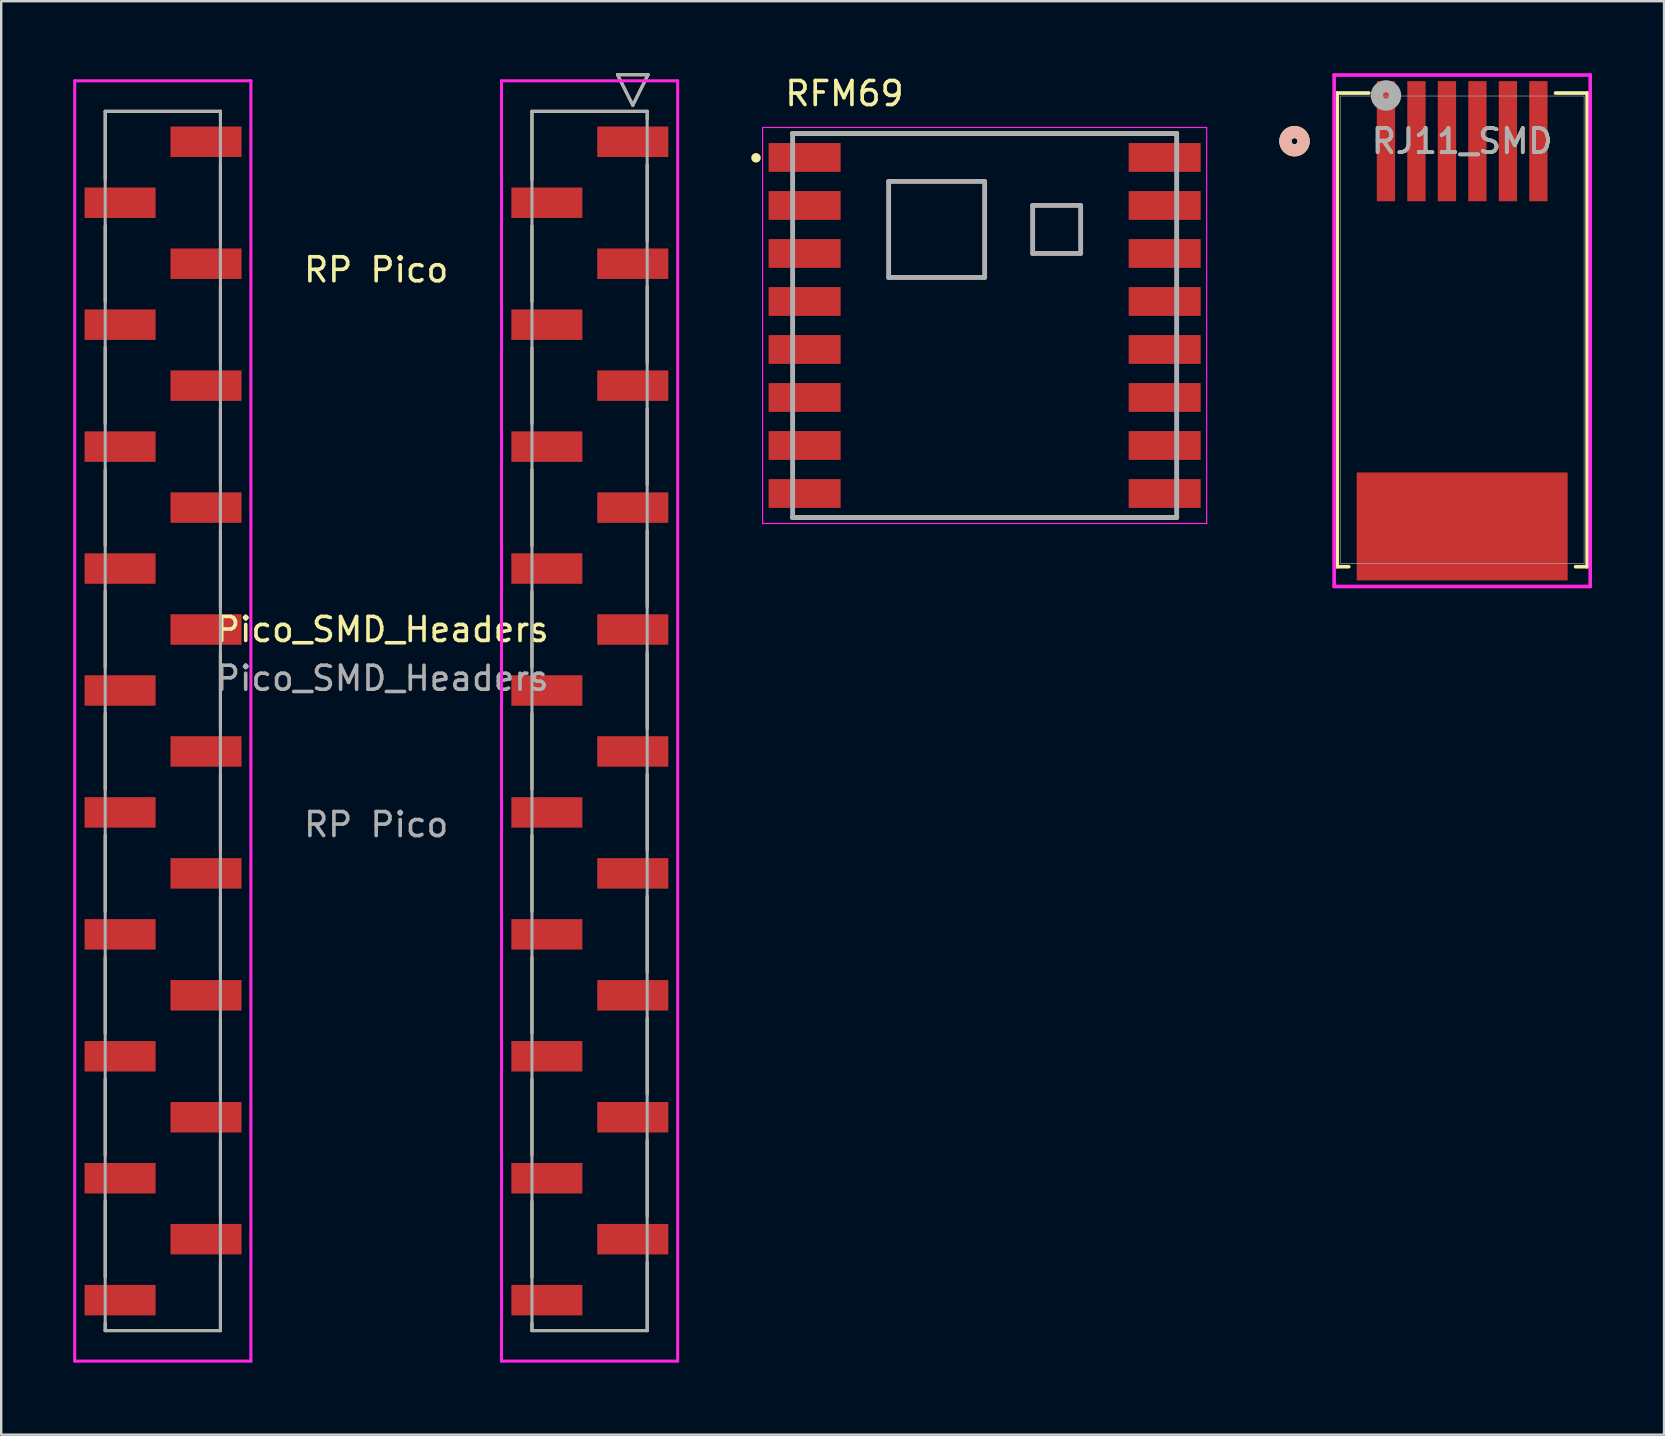
<source format=kicad_pcb>
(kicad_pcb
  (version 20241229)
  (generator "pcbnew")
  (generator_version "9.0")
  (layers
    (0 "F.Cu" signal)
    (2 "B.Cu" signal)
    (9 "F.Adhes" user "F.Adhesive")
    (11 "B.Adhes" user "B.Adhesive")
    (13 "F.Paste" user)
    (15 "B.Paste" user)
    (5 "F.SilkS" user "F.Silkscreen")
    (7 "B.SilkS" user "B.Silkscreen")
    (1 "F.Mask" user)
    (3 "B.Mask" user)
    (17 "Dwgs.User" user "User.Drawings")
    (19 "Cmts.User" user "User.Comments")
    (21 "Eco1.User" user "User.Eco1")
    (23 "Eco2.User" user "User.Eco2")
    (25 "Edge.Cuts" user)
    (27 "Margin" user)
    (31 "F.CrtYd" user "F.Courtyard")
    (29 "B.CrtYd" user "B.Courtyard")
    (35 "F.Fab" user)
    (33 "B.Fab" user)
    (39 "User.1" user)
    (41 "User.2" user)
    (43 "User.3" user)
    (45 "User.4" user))
  (footprint "RJ11_SMD"
    (layer "F.Cu")
    (at 57.867 10.693)
    (property "Reference" "RJ11_SMD" (at 0 -7.861 0) (unlocked yes) (layer "F.SilkS") (effects (font (size 1 1) (thickness 0.15))))
    (attr smd)
    (fp_line (start -5.207 -9.868) (end -5.207 9.868) (stroke (width 0.152) (type solid)) (layer "F.SilkS"))
    (fp_line (start -5.207 9.868) (end -4.727 9.868) (stroke (width 0.152) (type solid)) (layer "F.SilkS"))
    (fp_line (start -3.889 -9.868) (end -5.207 -9.868) (stroke (width 0.152) (type solid)) (layer "F.SilkS"))
    (fp_line (start 4.727 9.868) (end 5.207 9.868) (stroke (width 0.152) (type solid)) (layer "F.SilkS"))
    (fp_line (start 5.207 -9.868) (end 3.889 -9.868) (stroke (width 0.152) (type solid)) (layer "F.SilkS"))
    (fp_line (start 5.207 9.868) (end 5.207 -9.868) (stroke (width 0.152) (type solid)) (layer "F.SilkS"))
    (fp_circle (center -6.985 -7.861) (end -6.604 -7.861) (stroke (width 0.508) (type solid)) (fill no) (layer "F.SilkS"))
    (fp_circle (center -6.985 -7.861) (end -6.604 -7.861) (stroke (width 0.508) (type solid)) (fill no) (layer "B.SilkS"))
    (fp_line (start -5.334 -10.617) (end -5.334 10.691) (stroke (width 0.152) (type solid)) (layer "F.CrtYd"))
    (fp_line (start -5.334 10.691) (end 5.334 10.691) (stroke (width 0.152) (type solid)) (layer "F.CrtYd"))
    (fp_line (start 5.334 -10.617) (end -5.334 -10.617) (stroke (width 0.152) (type solid)) (layer "F.CrtYd"))
    (fp_line (start 5.334 10.691) (end 5.334 -10.617) (stroke (width 0.152) (type solid)) (layer "F.CrtYd"))
    (fp_line (start -5.08 -9.741) (end -5.08 9.741) (stroke (width 0.025) (type solid)) (layer "F.Fab"))
    (fp_line (start -5.08 9.741) (end 5.08 9.741) (stroke (width 0.025) (type solid)) (layer "F.Fab"))
    (fp_line (start 5.08 -9.741) (end -5.08 -9.741) (stroke (width 0.025) (type solid)) (layer "F.Fab"))
    (fp_line (start 5.08 9.741) (end 5.08 -9.741) (stroke (width 0.025) (type solid)) (layer "F.Fab"))
    (fp_circle (center -3.175 -9.766) (end -2.794 -9.766) (stroke (width 0.508) (type solid)) (fill no) (layer "F.Fab"))
    (fp_text user "${REFERENCE}" (at 0 -7.861 0) (unlocked yes) (layer "F.Fab") (effects (font (size 1 1) (thickness 0.15))))
    (pad "1" smd rect (at -3.175 -7.861) (size 0.762 5.004) (layers "F.Cu" "F.Mask" "F.Paste"))
    (pad "2" smd rect (at -1.905 -7.861) (size 0.762 5.004) (layers "F.Cu" "F.Mask" "F.Paste"))
    (pad "3" smd rect (at -0.635 -7.861) (size 0.762 5.004) (layers "F.Cu" "F.Mask" "F.Paste"))
    (pad "4" smd rect (at 0.635 -7.861) (size 0.762 5.004) (layers "F.Cu" "F.Mask" "F.Paste"))
    (pad "5" smd rect (at 1.905 -7.861) (size 0.762 5.004) (layers "F.Cu" "F.Mask" "F.Paste"))
    (pad "6" smd rect (at 3.175 -7.861) (size 0.762 5.004) (layers "F.Cu" "F.Mask" "F.Paste"))
    (pad "7" smd rect (at 0 8.189) (size 8.788 4.496) (layers "F.Cu" "F.Mask" "F.Paste")))
  (footprint "Pico_SMD_Headers"
    (layer "F.Cu")
    (at 12.623 28.257)
    (property "Reference" "Pico_SMD_Headers" (at 0.254 -5.08 0) (unlocked yes) (layer "F.SilkS") (effects (font (size 1 1) (thickness 0.15))))
    (attr smd)
    (fp_line (start -11.29 -26.67) (end -11.29 -23.815) (stroke (width 0.127) (type solid)) (layer "F.SilkS"))
    (fp_line (start -11.29 -21.905) (end -11.29 -18.735) (stroke (width 0.127) (type solid)) (layer "F.SilkS"))
    (fp_line (start -11.29 -16.825) (end -11.29 -13.655) (stroke (width 0.127) (type solid)) (layer "F.SilkS"))
    (fp_line (start -11.29 -11.745) (end -11.29 -8.575) (stroke (width 0.127) (type solid)) (layer "F.SilkS"))
    (fp_line (start -11.29 -6.665) (end -11.29 -3.495) (stroke (width 0.127) (type solid)) (layer "F.SilkS"))
    (fp_line (start -11.29 -1.585) (end -11.29 1.585) (stroke (width 0.127) (type solid)) (layer "F.SilkS"))
    (fp_line (start -11.29 3.495) (end -11.29 6.665) (stroke (width 0.127) (type solid)) (layer "F.SilkS"))
    (fp_line (start -11.29 8.575) (end -11.29 11.745) (stroke (width 0.127) (type solid)) (layer "F.SilkS"))
    (fp_line (start -11.29 13.655) (end -11.29 16.825) (stroke (width 0.127) (type solid)) (layer "F.SilkS"))
    (fp_line (start -11.29 18.735) (end -11.29 21.905) (stroke (width 0.127) (type solid)) (layer "F.SilkS"))
    (fp_line (start -11.29 23.815) (end -11.29 24.13) (stroke (width 0.127) (type solid)) (layer "F.SilkS"))
    (fp_line (start -11.29 24.13) (end -6.49 24.13) (stroke (width 0.127) (type solid)) (layer "F.SilkS"))
    (fp_line (start -6.49 -26.67) (end -11.29 -26.67) (stroke (width 0.127) (type solid)) (layer "F.SilkS"))
    (fp_line (start -6.49 -26.355) (end -6.49 -26.67) (stroke (width 0.127) (type solid)) (layer "F.SilkS"))
    (fp_line (start -6.49 -21.275) (end -6.49 -24.445) (stroke (width 0.127) (type solid)) (layer "F.SilkS"))
    (fp_line (start -6.49 -16.195) (end -6.49 -19.365) (stroke (width 0.127) (type solid)) (layer "F.SilkS"))
    (fp_line (start -6.49 -11.115) (end -6.49 -14.285) (stroke (width 0.127) (type solid)) (layer "F.SilkS"))
    (fp_line (start -6.49 -6.035) (end -6.49 -9.205) (stroke (width 0.127) (type solid)) (layer "F.SilkS"))
    (fp_line (start -6.49 -0.955) (end -6.49 -4.125) (stroke (width 0.127) (type solid)) (layer "F.SilkS"))
    (fp_line (start -6.49 4.125) (end -6.49 0.955) (stroke (width 0.127) (type solid)) (layer "F.SilkS"))
    (fp_line (start -6.49 9.205) (end -6.49 6.035) (stroke (width 0.127) (type solid)) (layer "F.SilkS"))
    (fp_line (start -6.49 14.285) (end -6.49 11.115) (stroke (width 0.127) (type solid)) (layer "F.SilkS"))
    (fp_line (start -6.49 19.365) (end -6.49 16.195) (stroke (width 0.127) (type solid)) (layer "F.SilkS"))
    (fp_line (start -6.49 24.13) (end -6.49 21.275) (stroke (width 0.127) (type solid)) (layer "F.SilkS"))
    (fp_line (start 6.49 -26.67) (end 6.49 -23.815) (stroke (width 0.127) (type solid)) (layer "F.SilkS"))
    (fp_line (start 6.49 -21.905) (end 6.49 -18.735) (stroke (width 0.127) (type solid)) (layer "F.SilkS"))
    (fp_line (start 6.49 -16.825) (end 6.49 -13.655) (stroke (width 0.127) (type solid)) (layer "F.SilkS"))
    (fp_line (start 6.49 -11.745) (end 6.49 -8.575) (stroke (width 0.127) (type solid)) (layer "F.SilkS"))
    (fp_line (start 6.49 -6.665) (end 6.49 -3.495) (stroke (width 0.127) (type solid)) (layer "F.SilkS"))
    (fp_line (start 6.49 -1.585) (end 6.49 1.585) (stroke (width 0.127) (type solid)) (layer "F.SilkS"))
    (fp_line (start 6.49 3.495) (end 6.49 6.665) (stroke (width 0.127) (type solid)) (layer "F.SilkS"))
    (fp_line (start 6.49 8.575) (end 6.49 11.745) (stroke (width 0.127) (type solid)) (layer "F.SilkS"))
    (fp_line (start 6.49 13.655) (end 6.49 16.825) (stroke (width 0.127) (type solid)) (layer "F.SilkS"))
    (fp_line (start 6.49 18.735) (end 6.49 21.905) (stroke (width 0.127) (type solid)) (layer "F.SilkS"))
    (fp_line (start 6.49 23.815) (end 6.49 24.13) (stroke (width 0.127) (type solid)) (layer "F.SilkS"))
    (fp_line (start 6.49 24.13) (end 11.29 24.13) (stroke (width 0.127) (type solid)) (layer "F.SilkS"))
    (fp_line (start 10.055 -28.194) (end 10.69 -26.924) (stroke (width 0.127) (type solid)) (layer "F.SilkS"))
    (fp_line (start 10.69 -26.924) (end 11.325 -28.194) (stroke (width 0.127) (type solid)) (layer "F.SilkS"))
    (fp_line (start 11.29 -26.67) (end 6.49 -26.67) (stroke (width 0.127) (type solid)) (layer "F.SilkS"))
    (fp_line (start 11.29 -26.355) (end 11.29 -26.67) (stroke (width 0.127) (type solid)) (layer "F.SilkS"))
    (fp_line (start 11.29 -21.275) (end 11.29 -24.445) (stroke (width 0.127) (type solid)) (layer "F.SilkS"))
    (fp_line (start 11.29 -16.195) (end 11.29 -19.365) (stroke (width 0.127) (type solid)) (layer "F.SilkS"))
    (fp_line (start 11.29 -11.115) (end 11.29 -14.285) (stroke (width 0.127) (type solid)) (layer "F.SilkS"))
    (fp_line (start 11.29 -6.035) (end 11.29 -9.205) (stroke (width 0.127) (type solid)) (layer "F.SilkS"))
    (fp_line (start 11.29 -0.955) (end 11.29 -4.125) (stroke (width 0.127) (type solid)) (layer "F.SilkS"))
    (fp_line (start 11.29 4.125) (end 11.29 0.955) (stroke (width 0.127) (type solid)) (layer "F.SilkS"))
    (fp_line (start 11.29 9.205) (end 11.29 6.035) (stroke (width 0.127) (type solid)) (layer "F.SilkS"))
    (fp_line (start 11.29 14.285) (end 11.29 11.115) (stroke (width 0.127) (type solid)) (layer "F.SilkS"))
    (fp_line (start 11.29 19.365) (end 11.29 16.195) (stroke (width 0.127) (type solid)) (layer "F.SilkS"))
    (fp_line (start 11.29 24.13) (end 11.29 21.275) (stroke (width 0.127) (type solid)) (layer "F.SilkS"))
    (fp_line (start 11.325 -28.194) (end 10.055 -28.194) (stroke (width 0.127) (type solid)) (layer "F.SilkS"))
    (fp_line (start -12.56 -27.94) (end -12.56 25.4) (stroke (width 0.127) (type solid)) (layer "F.CrtYd"))
    (fp_line (start -12.56 25.4) (end -5.22 25.4) (stroke (width 0.127) (type solid)) (layer "F.CrtYd"))
    (fp_line (start -5.22 -27.94) (end -12.56 -27.94) (stroke (width 0.127) (type solid)) (layer "F.CrtYd"))
    (fp_line (start -5.22 25.4) (end -5.22 -27.94) (stroke (width 0.127) (type solid)) (layer "F.CrtYd"))
    (fp_line (start 5.22 -27.94) (end 5.22 25.4) (stroke (width 0.127) (type solid)) (layer "F.CrtYd"))
    (fp_line (start 5.22 25.4) (end 12.56 25.4) (stroke (width 0.127) (type solid)) (layer "F.CrtYd"))
    (fp_line (start 12.56 -27.94) (end 5.22 -27.94) (stroke (width 0.127) (type solid)) (layer "F.CrtYd"))
    (fp_line (start 12.56 25.4) (end 12.56 -27.94) (stroke (width 0.127) (type solid)) (layer "F.CrtYd"))
    (fp_line (start -11.29 -26.67) (end -11.29 24.13) (stroke (width 0.127) (type solid)) (layer "F.Fab"))
    (fp_line (start -11.29 24.13) (end -6.49 24.13) (stroke (width 0.127) (type solid)) (layer "F.Fab"))
    (fp_line (start -6.49 -26.67) (end -11.29 -26.67) (stroke (width 0.127) (type solid)) (layer "F.Fab"))
    (fp_line (start -6.49 24.13) (end -6.49 -26.67) (stroke (width 0.127) (type solid)) (layer "F.Fab"))
    (fp_line (start 6.49 -26.67) (end 6.49 24.13) (stroke (width 0.127) (type solid)) (layer "F.Fab"))
    (fp_line (start 6.49 24.13) (end 11.29 24.13) (stroke (width 0.127) (type solid)) (layer "F.Fab"))
    (fp_line (start 10.055 -28.194) (end 10.69 -26.924) (stroke (width 0.127) (type solid)) (layer "F.Fab"))
    (fp_line (start 10.69 -26.924) (end 11.325 -28.194) (stroke (width 0.127) (type solid)) (layer "F.Fab"))
    (fp_line (start 11.29 -26.67) (end 6.49 -26.67) (stroke (width 0.127) (type solid)) (layer "F.Fab"))
    (fp_line (start 11.29 24.13) (end 11.29 -26.67) (stroke (width 0.127) (type solid)) (layer "F.Fab"))
    (fp_line (start 11.325 -28.194) (end 10.055 -28.194) (stroke (width 0.127) (type solid)) (layer "F.Fab"))
    (fp_text user "RP Pico" (at 0 -20.066 0) (unlocked yes) (layer "F.SilkS") (effects (font (size 1 1) (thickness 0.15))))
    (fp_text user "${REFERENCE}" (at 0.254 -3.048 0) (unlocked yes) (layer "F.Fab") (effects (font (size 1 1) (thickness 0.15))))
    (fp_text user "RP Pico" (at 0 3.048 0) (unlocked yes) (layer "F.Fab") (effects (font (size 1 1) (thickness 0.15))))
    (pad "1" smd rect (at 10.69 -25.4 270) (size 1.27 2.96) (layers "F.Cu" "F.Mask" "F.Paste"))
    (pad "2" smd rect (at 7.11 -22.86 270) (size 1.27 2.96) (layers "F.Cu" "F.Mask" "F.Paste"))
    (pad "3" smd rect (at 10.69 -20.32 270) (size 1.27 2.96) (layers "F.Cu" "F.Mask" "F.Paste"))
    (pad "4" smd rect (at 7.11 -17.78 270) (size 1.27 2.96) (layers "F.Cu" "F.Mask" "F.Paste"))
    (pad "5" smd rect (at 10.69 -15.24 270) (size 1.27 2.96) (layers "F.Cu" "F.Mask" "F.Paste"))
    (pad "6" smd rect (at 7.11 -12.7 270) (size 1.27 2.96) (layers "F.Cu" "F.Mask" "F.Paste"))
    (pad "7" smd rect (at 10.69 -10.16 270) (size 1.27 2.96) (layers "F.Cu" "F.Mask" "F.Paste"))
    (pad "8" smd rect (at 7.11 -7.62 270) (size 1.27 2.96) (layers "F.Cu" "F.Mask" "F.Paste"))
    (pad "9" smd rect (at 10.69 -5.08 270) (size 1.27 2.96) (layers "F.Cu" "F.Mask" "F.Paste"))
    (pad "10" smd rect (at 7.11 -2.54 270) (size 1.27 2.96) (layers "F.Cu" "F.Mask" "F.Paste"))
    (pad "11" smd rect (at 10.69 0 270) (size 1.27 2.96) (layers "F.Cu" "F.Mask" "F.Paste"))
    (pad "12" smd rect (at 7.11 2.54 270) (size 1.27 2.96) (layers "F.Cu" "F.Mask" "F.Paste"))
    (pad "13" smd rect (at 10.69 5.08 270) (size 1.27 2.96) (layers "F.Cu" "F.Mask" "F.Paste"))
    (pad "14" smd rect (at 7.11 7.62 270) (size 1.27 2.96) (layers "F.Cu" "F.Mask" "F.Paste"))
    (pad "15" smd rect (at 10.69 10.16 270) (size 1.27 2.96) (layers "F.Cu" "F.Mask" "F.Paste"))
    (pad "16" smd rect (at 7.11 12.7 270) (size 1.27 2.96) (layers "F.Cu" "F.Mask" "F.Paste"))
    (pad "17" smd rect (at 10.69 15.24 270) (size 1.27 2.96) (layers "F.Cu" "F.Mask" "F.Paste"))
    (pad "18" smd rect (at 7.11 17.78 270) (size 1.27 2.96) (layers "F.Cu" "F.Mask" "F.Paste"))
    (pad "19" smd rect (at 10.69 20.32 270) (size 1.27 2.96) (layers "F.Cu" "F.Mask" "F.Paste"))
    (pad "20" smd rect (at 7.11 22.86 270) (size 1.27 2.96) (layers "F.Cu" "F.Mask" "F.Paste"))
    (pad "21" smd rect (at -10.67 22.86 270) (size 1.27 2.96) (layers "F.Cu" "F.Mask" "F.Paste"))
    (pad "22" smd rect (at -7.09 20.32 270) (size 1.27 2.96) (layers "F.Cu" "F.Mask" "F.Paste"))
    (pad "23" smd rect (at -10.67 17.78 270) (size 1.27 2.96) (layers "F.Cu" "F.Mask" "F.Paste"))
    (pad "24" smd rect (at -7.09 15.24 270) (size 1.27 2.96) (layers "F.Cu" "F.Mask" "F.Paste"))
    (pad "25" smd rect (at -10.67 12.7 270) (size 1.27 2.96) (layers "F.Cu" "F.Mask" "F.Paste"))
    (pad "26" smd rect (at -7.09 10.16 270) (size 1.27 2.96) (layers "F.Cu" "F.Mask" "F.Paste"))
    (pad "27" smd rect (at -10.67 7.62 270) (size 1.27 2.96) (layers "F.Cu" "F.Mask" "F.Paste"))
    (pad "28" smd rect (at -7.09 5.08 270) (size 1.27 2.96) (layers "F.Cu" "F.Mask" "F.Paste"))
    (pad "29" smd rect (at -10.67 2.54 270) (size 1.27 2.96) (layers "F.Cu" "F.Mask" "F.Paste"))
    (pad "30" smd rect (at -7.09 0 270) (size 1.27 2.96) (layers "F.Cu" "F.Mask" "F.Paste"))
    (pad "31" smd rect (at -10.67 -2.54 270) (size 1.27 2.96) (layers "F.Cu" "F.Mask" "F.Paste"))
    (pad "32" smd rect (at -7.09 -5.08 270) (size 1.27 2.96) (layers "F.Cu" "F.Mask" "F.Paste"))
    (pad "33" smd rect (at -10.67 -7.62 270) (size 1.27 2.96) (layers "F.Cu" "F.Mask" "F.Paste"))
    (pad "34" smd rect (at -7.09 -10.16 270) (size 1.27 2.96) (layers "F.Cu" "F.Mask" "F.Paste"))
    (pad "35" smd rect (at -10.67 -12.7 270) (size 1.27 2.96) (layers "F.Cu" "F.Mask" "F.Paste"))
    (pad "36" smd rect (at -7.09 -15.24 270) (size 1.27 2.96) (layers "F.Cu" "F.Mask" "F.Paste"))
    (pad "37" smd rect (at -10.67 -17.78 270) (size 1.27 2.96) (layers "F.Cu" "F.Mask" "F.Paste"))
    (pad "38" smd rect (at -7.09 -20.32 270) (size 1.27 2.96) (layers "F.Cu" "F.Mask" "F.Paste"))
    (pad "39" smd rect (at -10.67 -22.86 270) (size 1.27 2.96) (layers "F.Cu" "F.Mask" "F.Paste"))
    (pad "40" smd rect (at -7.09 -25.4 270) (size 1.27 2.96) (layers "F.Cu" "F.Mask" "F.Paste")))
  (footprint "RFM69"
    (layer "F.Cu")
    (at 37.972 10.51)
    (property "Reference" "RFM69" (at -5.84 -9.66 0) (layer "F.SilkS") (effects (font (size 1.003 1.003) (thickness 0.15))))
    (attr smd)
    (fp_line (start -8 -8) (end 8 -8) (stroke (width 0.203) (type solid)) (layer "F.SilkS"))
    (fp_line (start 8 8) (end -8 8) (stroke (width 0.203) (type solid)) (layer "F.SilkS"))
    (fp_circle (center -9.525 -6.985) (end -9.425 -6.985) (stroke (width 0.2) (type solid)) (fill no) (layer "F.SilkS"))
    (fp_line (start -9.25 -8.25) (end -9.25 8.25) (stroke (width 0.05) (type solid)) (layer "F.CrtYd"))
    (fp_line (start -9.25 8.25) (end 9.25 8.25) (stroke (width 0.05) (type solid)) (layer "F.CrtYd"))
    (fp_line (start 9.25 -8.25) (end -9.25 -8.25) (stroke (width 0.05) (type solid)) (layer "F.CrtYd"))
    (fp_line (start 9.25 8.25) (end 9.25 -8.25) (stroke (width 0.05) (type solid)) (layer "F.CrtYd"))
    (fp_line (start -8 -8) (end 8 -8) (stroke (width 0.203) (type solid)) (layer "F.Fab"))
    (fp_line (start -8 8) (end -8 -8) (stroke (width 0.203) (type solid)) (layer "F.Fab"))
    (fp_line (start -4 -6) (end -4 -2) (stroke (width 0.203) (type solid)) (layer "F.Fab"))
    (fp_line (start -4 -2) (end 0 -2) (stroke (width 0.203) (type solid)) (layer "F.Fab"))
    (fp_line (start 0 -6) (end -4 -6) (stroke (width 0.203) (type solid)) (layer "F.Fab"))
    (fp_line (start 0 -2) (end 0 -6) (stroke (width 0.203) (type solid)) (layer "F.Fab"))
    (fp_line (start 2 -3) (end 2 -5) (stroke (width 0.203) (type solid)) (layer "F.Fab"))
    (fp_line (start 4 -5) (end 2 -5) (stroke (width 0.203) (type solid)) (layer "F.Fab"))
    (fp_line (start 4 -3) (end 2 -3) (stroke (width 0.203) (type solid)) (layer "F.Fab"))
    (fp_line (start 4 -3) (end 4 -5) (stroke (width 0.203) (type solid)) (layer "F.Fab"))
    (fp_line (start 8 -8) (end 8 8) (stroke (width 0.203) (type solid)) (layer "F.Fab"))
    (fp_line (start 8 8) (end -8 8) (stroke (width 0.203) (type solid)) (layer "F.Fab"))
    (pad "1" smd rect (at -7.5 -7) (size 3 1.2) (layers "F.Cu" "F.Mask" "F.Paste"))
    (pad "2" smd rect (at -7.5 -5) (size 3 1.2) (layers "F.Cu" "F.Mask" "F.Paste"))
    (pad "3" smd rect (at -7.5 -3) (size 3 1.2) (layers "F.Cu" "F.Mask" "F.Paste"))
    (pad "4" smd rect (at -7.5 -1) (size 3 1.2) (layers "F.Cu" "F.Mask" "F.Paste"))
    (pad "5" smd rect (at -7.5 1) (size 3 1.2) (layers "F.Cu" "F.Mask" "F.Paste"))
    (pad "6" smd rect (at -7.5 3) (size 3 1.2) (layers "F.Cu" "F.Mask" "F.Paste"))
    (pad "7" smd rect (at -7.5 5) (size 3 1.2) (layers "F.Cu" "F.Mask" "F.Paste"))
    (pad "8" smd rect (at -7.5 7) (size 3 1.2) (layers "F.Cu" "F.Mask" "F.Paste"))
    (pad "9" smd rect (at 7.5 7) (size 3 1.2) (layers "F.Cu" "F.Mask" "F.Paste"))
    (pad "10" smd rect (at 7.5 5) (size 3 1.2) (layers "F.Cu" "F.Mask" "F.Paste"))
    (pad "11" smd rect (at 7.5 3) (size 3 1.2) (layers "F.Cu" "F.Mask" "F.Paste"))
    (pad "12" smd rect (at 7.5 1) (size 3 1.2) (layers "F.Cu" "F.Mask" "F.Paste"))
    (pad "13" smd rect (at 7.5 -1) (size 3 1.2) (layers "F.Cu" "F.Mask" "F.Paste"))
    (pad "14" smd rect (at 7.5 -3) (size 3 1.2) (layers "F.Cu" "F.Mask" "F.Paste"))
    (pad "15" smd rect (at 7.5 -5) (size 3 1.2) (layers "F.Cu" "F.Mask" "F.Paste"))
    (pad "16" smd rect (at 7.5 -7) (size 3 1.2) (layers "F.Cu" "F.Mask" "F.Paste")))
  (gr_rect
    (start -3 -3)
    (end 66.277 56.721)
    (stroke (width 0.1) (type default))
    (fill no)
    (layer "Edge.Cuts")))
</source>
